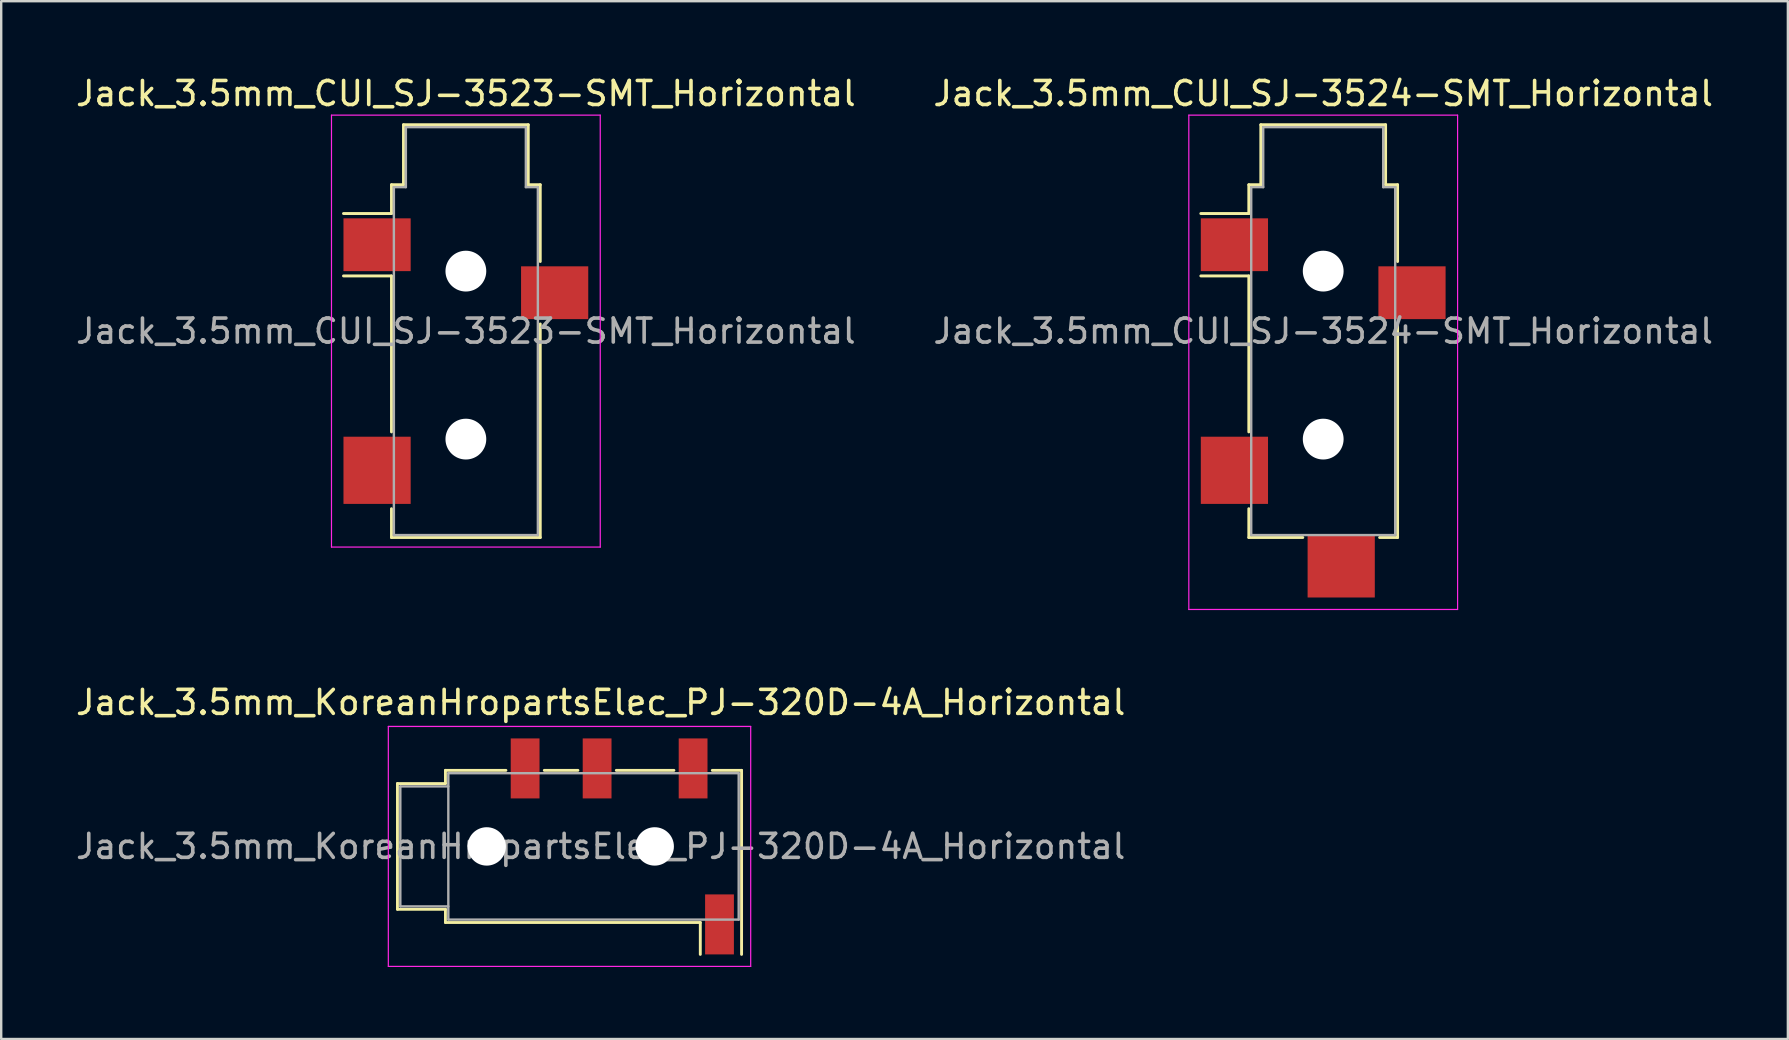
<source format=kicad_pcb>
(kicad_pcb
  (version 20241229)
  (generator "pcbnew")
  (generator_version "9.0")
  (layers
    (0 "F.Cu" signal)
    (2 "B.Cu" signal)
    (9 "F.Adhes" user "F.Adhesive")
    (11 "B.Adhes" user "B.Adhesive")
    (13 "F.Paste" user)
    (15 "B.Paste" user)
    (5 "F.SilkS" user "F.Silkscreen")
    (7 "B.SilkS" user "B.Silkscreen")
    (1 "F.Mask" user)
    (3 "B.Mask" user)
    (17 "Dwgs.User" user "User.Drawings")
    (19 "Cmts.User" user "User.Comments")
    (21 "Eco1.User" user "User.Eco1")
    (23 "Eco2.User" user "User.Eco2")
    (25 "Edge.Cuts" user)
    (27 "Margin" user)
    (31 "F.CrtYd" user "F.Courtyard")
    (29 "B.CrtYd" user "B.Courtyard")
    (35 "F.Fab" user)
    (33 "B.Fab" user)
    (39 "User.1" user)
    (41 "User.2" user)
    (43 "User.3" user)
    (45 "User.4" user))
  (footprint "Jack_3.5mm_KoreanHropartsElec_PJ-320D-4A_Horizontal"
    (layer "F.Cu")
    (at 21.982 32.221)
    (property "Reference" "Jack_3.5mm_KoreanHropartsElec_PJ-320D-4A_Horizontal" (at 0 -6 0) (unlocked yes) (layer "F.SilkS") (effects (font (size 1 1) (thickness 0.15))))
    (attr smd)
    (fp_line (start -8.47 -2.62) (end -6.47 -2.62) (stroke (width 0.12) (type solid)) (layer "F.SilkS"))
    (fp_line (start -8.47 2.62) (end -8.47 -2.62) (stroke (width 0.12) (type solid)) (layer "F.SilkS"))
    (fp_line (start -6.47 -3.17) (end -3.95 -3.17) (stroke (width 0.12) (type solid)) (layer "F.SilkS"))
    (fp_line (start -6.47 -2.62) (end -6.47 -3.17) (stroke (width 0.12) (type solid)) (layer "F.SilkS"))
    (fp_line (start -6.47 2.62) (end -8.47 2.62) (stroke (width 0.12) (type solid)) (layer "F.SilkS"))
    (fp_line (start -6.47 3.17) (end -6.47 2.62) (stroke (width 0.12) (type solid)) (layer "F.SilkS"))
    (fp_line (start -2.35 -3.17) (end -0.95 -3.17) (stroke (width 0.12) (type solid)) (layer "F.SilkS"))
    (fp_line (start 0.65 -3.17) (end 3.05 -3.17) (stroke (width 0.12) (type solid)) (layer "F.SilkS"))
    (fp_line (start 4.15 3.17) (end -6.47 3.17) (stroke (width 0.12) (type solid)) (layer "F.SilkS"))
    (fp_line (start 4.15 4.5) (end 4.15 3.17) (stroke (width 0.12) (type solid)) (layer "F.SilkS"))
    (fp_line (start 5.87 -3.17) (end 4.65 -3.17) (stroke (width 0.12) (type solid)) (layer "F.SilkS"))
    (fp_line (start 5.87 -3.17) (end 5.87 4.5) (stroke (width 0.12) (type solid)) (layer "F.SilkS"))
    (fp_line (start -8.85 -5) (end -8.85 5) (stroke (width 0.05) (type solid)) (layer "F.CrtYd"))
    (fp_line (start -8.85 5) (end 6.25 5) (stroke (width 0.05) (type solid)) (layer "F.CrtYd"))
    (fp_line (start 6.25 -5) (end -8.85 -5) (stroke (width 0.05) (type solid)) (layer "F.CrtYd"))
    (fp_line (start 6.25 5) (end 6.25 -5) (stroke (width 0.05) (type solid)) (layer "F.CrtYd"))
    (fp_line (start -8.35 -2.5) (end -6.35 -2.5) (stroke (width 0.1) (type solid)) (layer "F.Fab"))
    (fp_line (start -8.35 2.5) (end -8.35 -2.5) (stroke (width 0.1) (type solid)) (layer "F.Fab"))
    (fp_line (start -6.35 -3.05) (end 5.75 -3.05) (stroke (width 0.1) (type solid)) (layer "F.Fab"))
    (fp_line (start -6.35 2.5) (end -8.35 2.5) (stroke (width 0.1) (type solid)) (layer "F.Fab"))
    (fp_line (start -6.35 3.05) (end -6.35 -3.05) (stroke (width 0.1) (type solid)) (layer "F.Fab"))
    (fp_line (start 5.75 -3.05) (end 5.75 3.05) (stroke (width 0.1) (type solid)) (layer "F.Fab"))
    (fp_line (start 5.75 3.05) (end -6.35 3.05) (stroke (width 0.1) (type solid)) (layer "F.Fab"))
    (fp_text user "${REFERENCE}" (at 0 0 0) (unlocked yes) (layer "F.Fab") (effects (font (size 1 1) (thickness 0.15))))
    (pad "" np_thru_hole circle (at -4.75 0) (size 1.6 1.6) (drill 1.6) (layers "*.Cu" "*.Mask"))
    (pad "" np_thru_hole circle (at 2.25 0) (size 1.6 1.6) (drill 1.6) (layers "*.Cu" "*.Mask"))
    (pad "R1" smd rect (at -0.15 -3.25) (size 1.2 2.5) (layers "F.Cu" "F.Mask" "F.Paste"))
    (pad "R2" smd rect (at -3.15 -3.25) (size 1.2 2.5) (layers "F.Cu" "F.Mask" "F.Paste"))
    (pad "S" smd rect (at 4.95 3.25) (size 1.2 2.5) (layers "F.Cu" "F.Mask" "F.Paste"))
    (pad "T" smd rect (at 3.85 -3.25) (size 1.2 2.5) (layers "F.Cu" "F.Mask" "F.Paste")))
  (footprint "Jack_3.5mm_CUI_SJ-3524-SMT_Horizontal"
    (layer "F.Cu")
    (at 52.089 10.748)
    (property "Reference" "Jack_3.5mm_CUI_SJ-3524-SMT_Horizontal" (at 0 -9.9 0) (layer "F.SilkS") (effects (font (size 1 1) (thickness 0.15))))
    (attr smd)
    (fp_line (start -3.1 -6.1) (end -2.6 -6.1) (stroke (width 0.12) (type solid)) (layer "F.SilkS"))
    (fp_line (start -3.1 -4.9) (end -5.1 -4.9) (stroke (width 0.12) (type solid)) (layer "F.SilkS"))
    (fp_line (start -3.1 -4.9) (end -3.1 -6.1) (stroke (width 0.12) (type solid)) (layer "F.SilkS"))
    (fp_line (start -3.1 -2.3) (end -5.1 -2.3) (stroke (width 0.12) (type solid)) (layer "F.SilkS"))
    (fp_line (start -3.1 4.2) (end -3.1 -2.3) (stroke (width 0.12) (type solid)) (layer "F.SilkS"))
    (fp_line (start -3.1 8.6) (end -3.1 7.4) (stroke (width 0.12) (type solid)) (layer "F.SilkS"))
    (fp_line (start -2.6 -8.6) (end 2.6 -8.6) (stroke (width 0.12) (type solid)) (layer "F.SilkS"))
    (fp_line (start -2.6 -6.1) (end -2.6 -8.6) (stroke (width 0.12) (type solid)) (layer "F.SilkS"))
    (fp_line (start -0.85 8.6) (end -3.1 8.6) (stroke (width 0.12) (type solid)) (layer "F.SilkS"))
    (fp_line (start 2.6 -8.6) (end 2.6 -6.1) (stroke (width 0.12) (type solid)) (layer "F.SilkS"))
    (fp_line (start 2.6 -6.1) (end 3.1 -6.1) (stroke (width 0.12) (type solid)) (layer "F.SilkS"))
    (fp_line (start 3.1 -6.1) (end 3.1 -2.9) (stroke (width 0.12) (type solid)) (layer "F.SilkS"))
    (fp_line (start 3.1 -0.3) (end 3.1 8.6) (stroke (width 0.12) (type solid)) (layer "F.SilkS"))
    (fp_line (start 3.1 8.6) (end 2.35 8.6) (stroke (width 0.12) (type solid)) (layer "F.SilkS"))
    (fp_line (start -5.6 -9) (end 5.6 -9) (stroke (width 0.05) (type solid)) (layer "F.CrtYd"))
    (fp_line (start -5.6 11.6) (end -5.6 -9) (stroke (width 0.05) (type solid)) (layer "F.CrtYd"))
    (fp_line (start 5.6 -9) (end 5.6 11.6) (stroke (width 0.05) (type solid)) (layer "F.CrtYd"))
    (fp_line (start 5.6 11.6) (end -5.6 11.6) (stroke (width 0.05) (type solid)) (layer "F.CrtYd"))
    (fp_line (start -3 -6) (end -2.5 -6) (stroke (width 0.1) (type solid)) (layer "F.Fab"))
    (fp_line (start -3 8.5) (end -3 -6) (stroke (width 0.1) (type solid)) (layer "F.Fab"))
    (fp_line (start -2.5 -8.5) (end 2.5 -8.5) (stroke (width 0.1) (type solid)) (layer "F.Fab"))
    (fp_line (start -2.5 -6) (end -2.5 -8.5) (stroke (width 0.1) (type solid)) (layer "F.Fab"))
    (fp_line (start 2.5 -8.5) (end 2.5 -6) (stroke (width 0.1) (type solid)) (layer "F.Fab"))
    (fp_line (start 2.5 -6) (end 3 -6) (stroke (width 0.1) (type solid)) (layer "F.Fab"))
    (fp_line (start 3 -6) (end 3 8.5) (stroke (width 0.1) (type solid)) (layer "F.Fab"))
    (fp_line (start 3 8.5) (end -3 8.5) (stroke (width 0.1) (type solid)) (layer "F.Fab"))
    (fp_text user "${REFERENCE}" (at 0 0 0) (layer "F.Fab") (effects (font (size 1 1) (thickness 0.15))))
    (pad "" np_thru_hole circle (at 0 -2.5) (size 1.7 1.7) (drill 1.7) (layers "*.Cu" "*.Mask"))
    (pad "" np_thru_hole circle (at 0 4.5) (size 1.7 1.7) (drill 1.7) (layers "*.Cu" "*.Mask"))
    (pad "R" smd rect (at 3.7 -1.6) (size 2.8 2.2) (layers "F.Cu" "F.Mask" "F.Paste"))
    (pad "S" smd rect (at -3.7 -3.6) (size 2.8 2.2) (layers "F.Cu" "F.Mask" "F.Paste"))
    (pad "T" smd rect (at -3.7 5.8) (size 2.8 2.8) (layers "F.Cu" "F.Mask" "F.Paste"))
    (pad "TN" smd rect (at 0.75 9.8) (size 2.8 2.6) (layers "F.Cu" "F.Mask" "F.Paste")))
  (footprint "Jack_3.5mm_CUI_SJ-3523-SMT_Horizontal"
    (layer "F.Cu")
    (at 16.363 10.748)
    (property "Reference" "Jack_3.5mm_CUI_SJ-3523-SMT_Horizontal" (at 0 -9.9 0) (layer "F.SilkS") (effects (font (size 1 1) (thickness 0.15))))
    (attr smd)
    (fp_line (start -3.1 -6.1) (end -2.6 -6.1) (stroke (width 0.12) (type solid)) (layer "F.SilkS"))
    (fp_line (start -3.1 -4.9) (end -5.1 -4.9) (stroke (width 0.12) (type solid)) (layer "F.SilkS"))
    (fp_line (start -3.1 -4.9) (end -3.1 -6.1) (stroke (width 0.12) (type solid)) (layer "F.SilkS"))
    (fp_line (start -3.1 -2.3) (end -5.1 -2.3) (stroke (width 0.12) (type solid)) (layer "F.SilkS"))
    (fp_line (start -3.1 4.2) (end -3.1 -2.3) (stroke (width 0.12) (type solid)) (layer "F.SilkS"))
    (fp_line (start -3.1 8.6) (end -3.1 7.4) (stroke (width 0.12) (type solid)) (layer "F.SilkS"))
    (fp_line (start -2.6 -8.6) (end 2.6 -8.6) (stroke (width 0.12) (type solid)) (layer "F.SilkS"))
    (fp_line (start -2.6 -6.1) (end -2.6 -8.6) (stroke (width 0.12) (type solid)) (layer "F.SilkS"))
    (fp_line (start 2.6 -8.6) (end 2.6 -6.1) (stroke (width 0.12) (type solid)) (layer "F.SilkS"))
    (fp_line (start 2.6 -6.1) (end 3.1 -6.1) (stroke (width 0.12) (type solid)) (layer "F.SilkS"))
    (fp_line (start 3.1 -6.1) (end 3.1 -2.9) (stroke (width 0.12) (type solid)) (layer "F.SilkS"))
    (fp_line (start 3.1 -0.3) (end 3.1 8.6) (stroke (width 0.12) (type solid)) (layer "F.SilkS"))
    (fp_line (start 3.1 8.6) (end -3.1 8.6) (stroke (width 0.12) (type solid)) (layer "F.SilkS"))
    (fp_line (start -5.6 -9) (end 5.6 -9) (stroke (width 0.05) (type solid)) (layer "F.CrtYd"))
    (fp_line (start -5.6 9) (end -5.6 -9) (stroke (width 0.05) (type solid)) (layer "F.CrtYd"))
    (fp_line (start 5.6 -9) (end 5.6 9) (stroke (width 0.05) (type solid)) (layer "F.CrtYd"))
    (fp_line (start 5.6 9) (end -5.6 9) (stroke (width 0.05) (type solid)) (layer "F.CrtYd"))
    (fp_line (start -3 -6) (end -2.5 -6) (stroke (width 0.1) (type solid)) (layer "F.Fab"))
    (fp_line (start -3 8.5) (end -3 -6) (stroke (width 0.1) (type solid)) (layer "F.Fab"))
    (fp_line (start -2.5 -8.5) (end 2.5 -8.5) (stroke (width 0.1) (type solid)) (layer "F.Fab"))
    (fp_line (start -2.5 -6) (end -2.5 -8.5) (stroke (width 0.1) (type solid)) (layer "F.Fab"))
    (fp_line (start 2.5 -8.5) (end 2.5 -6) (stroke (width 0.1) (type solid)) (layer "F.Fab"))
    (fp_line (start 2.5 -6) (end 3 -6) (stroke (width 0.1) (type solid)) (layer "F.Fab"))
    (fp_line (start 3 -6) (end 3 8.5) (stroke (width 0.1) (type solid)) (layer "F.Fab"))
    (fp_line (start 3 8.5) (end -3 8.5) (stroke (width 0.1) (type solid)) (layer "F.Fab"))
    (fp_text user "${REFERENCE}" (at 0 0 0) (layer "F.Fab") (effects (font (size 1 1) (thickness 0.15))))
    (pad "" np_thru_hole circle (at 0 -2.5) (size 1.7 1.7) (drill 1.7) (layers "*.Cu" "*.Mask"))
    (pad "" np_thru_hole circle (at 0 4.5) (size 1.7 1.7) (drill 1.7) (layers "*.Cu" "*.Mask"))
    (pad "R" smd rect (at 3.7 -1.6) (size 2.8 2.2) (layers "F.Cu" "F.Mask" "F.Paste"))
    (pad "S" smd rect (at -3.7 -3.6) (size 2.8 2.2) (layers "F.Cu" "F.Mask" "F.Paste"))
    (pad "T" smd rect (at -3.7 5.8) (size 2.8 2.8) (layers "F.Cu" "F.Mask" "F.Paste")))
  (gr_rect
    (start -3 -3)
    (end 71.452 40.246)
    (stroke (width 0.1) (type default))
    (fill no)
    (layer "Edge.Cuts")))
</source>
